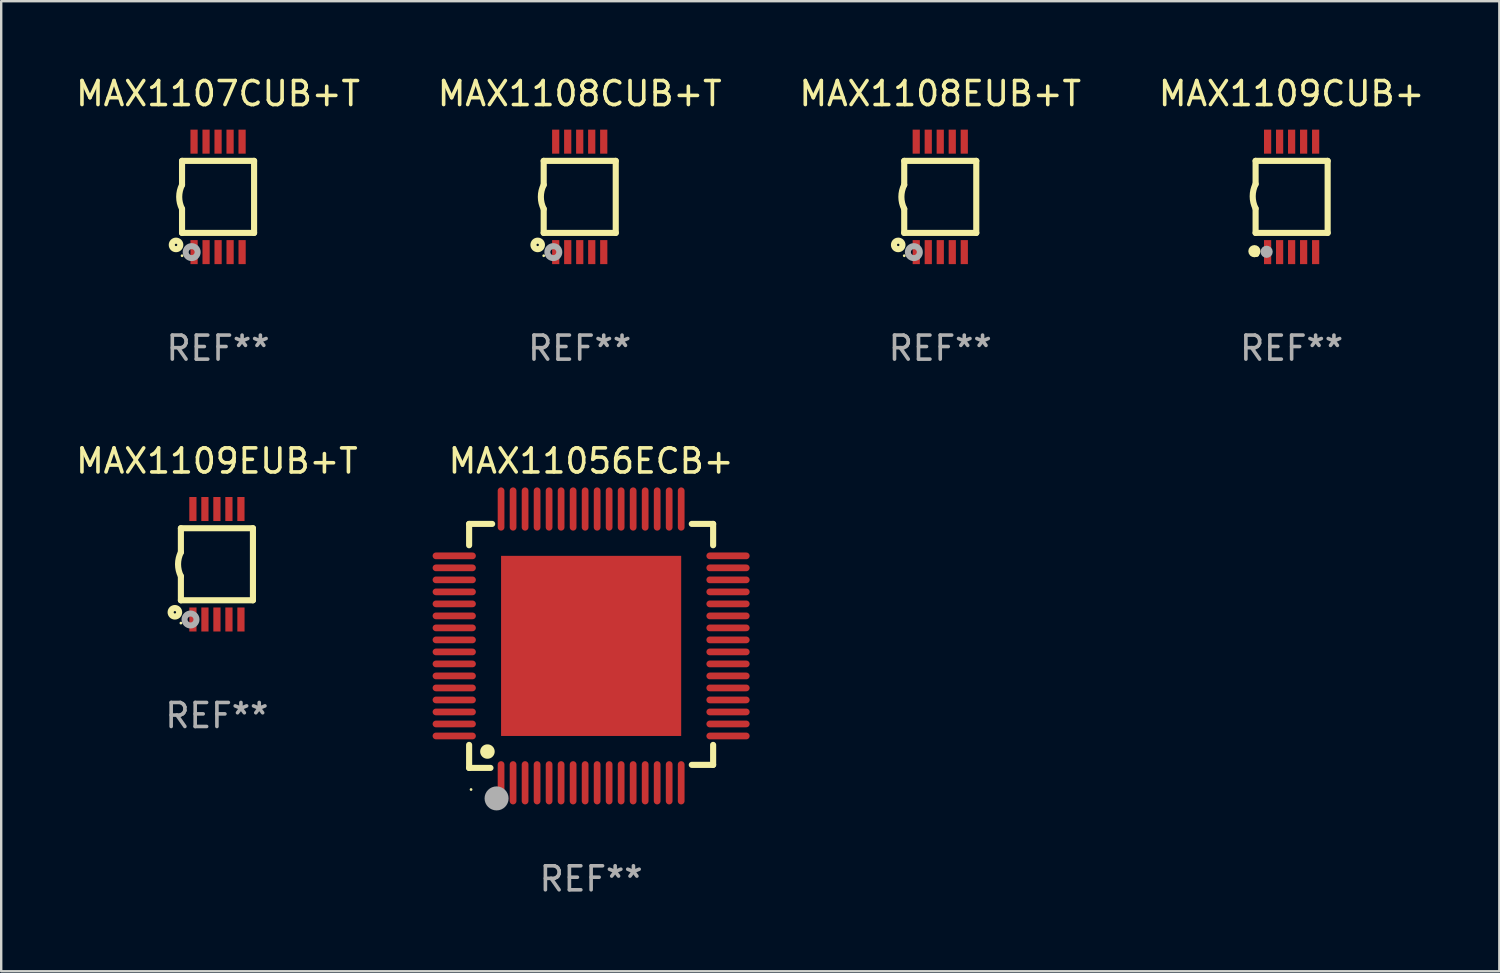
<source format=kicad_pcb>
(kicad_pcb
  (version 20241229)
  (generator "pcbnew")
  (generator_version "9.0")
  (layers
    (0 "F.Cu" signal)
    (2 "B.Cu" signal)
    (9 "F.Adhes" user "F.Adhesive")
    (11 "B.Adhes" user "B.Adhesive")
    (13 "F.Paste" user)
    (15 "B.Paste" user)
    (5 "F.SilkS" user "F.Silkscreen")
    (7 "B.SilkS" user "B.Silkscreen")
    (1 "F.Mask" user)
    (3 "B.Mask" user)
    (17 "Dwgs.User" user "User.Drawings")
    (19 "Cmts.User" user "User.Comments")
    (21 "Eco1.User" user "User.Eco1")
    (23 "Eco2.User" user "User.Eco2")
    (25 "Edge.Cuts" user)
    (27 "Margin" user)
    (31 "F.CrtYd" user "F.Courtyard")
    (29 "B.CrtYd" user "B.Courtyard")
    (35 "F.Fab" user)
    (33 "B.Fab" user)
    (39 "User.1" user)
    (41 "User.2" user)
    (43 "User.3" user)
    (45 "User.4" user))
  (footprint "MAX1108CUB+T"
    (layer "F.Cu")
    (at 21.089 5.148)
    (property "Reference" "MAX1108CUB+T" (at 0 -4.3 0) (layer "F.SilkS") (effects (font (size 1 1) (thickness 0.15))))
    (attr through_hole)
    (fp_line (start -1.5 -1.5) (end -1.5 -0.5) (stroke (width 0.254) (type solid)) (layer "F.SilkS"))
    (fp_line (start -1.5 1.5) (end -1.5 0.5) (stroke (width 0.254) (type solid)) (layer "F.SilkS"))
    (fp_line (start -1.5 1.5) (end 1.5 1.5) (stroke (width 0.254) (type solid)) (layer "F.SilkS"))
    (fp_line (start 1.5 1.5) (end 1.5 -1.5) (stroke (width 0.254) (type solid)) (layer "F.SilkS"))
    (fp_line (start 1.5 -1.5) (end -1.5 -1.5) (stroke (width 0.254) (type solid)) (layer "F.SilkS"))
    (fp_arc (start -1.500165 0.5) (mid -1.618199 0) (end -1.500165 -0.5) (stroke (width 0.254001) (type solid)) (layer "F.SilkS"))
    (fp_circle (center -1.75 2) (end -1.573 2) (stroke (width 0.254) (type solid)) (fill no) (layer "F.SilkS"))
    (fp_circle (center -1.499 2.45) (end -1.469 2.45) (stroke (width 0.06) (type solid)) (fill no) (layer "F.SilkS"))
    (fp_circle (center -1.099 2.3) (end -0.975 2.3) (stroke (width 0.25) (type solid)) (fill no) (layer "F.Fab"))
    (fp_text user "REF**" (at 0 6.3 0) (layer "F.Fab") (effects (font (size 1 1) (thickness 0.15))))
    (pad "1" smd rect (at -0.999 2.3 180) (size 0.3 1) (layers "F.Cu" "F.Mask" "F.Paste"))
    (pad "2" smd rect (at -0.499 2.3 180) (size 0.3 1) (layers "F.Cu" "F.Mask" "F.Paste"))
    (pad "3" smd rect (at 0.001 2.3 180) (size 0.3 1) (layers "F.Cu" "F.Mask" "F.Paste"))
    (pad "4" smd rect (at 0.501 2.3 180) (size 0.3 1) (layers "F.Cu" "F.Mask" "F.Paste"))
    (pad "5" smd rect (at 1.001 2.3 180) (size 0.3 1) (layers "F.Cu" "F.Mask" "F.Paste"))
    (pad "6" smd rect (at 1 -2.3 180) (size 0.3 1) (layers "F.Cu" "F.Mask" "F.Paste"))
    (pad "7" smd rect (at 0.5 -2.3 180) (size 0.3 1) (layers "F.Cu" "F.Mask" "F.Paste"))
    (pad "8" smd rect (at -0.000165 -2.3 180) (size 0.3 1) (layers "F.Cu" "F.Mask" "F.Paste"))
    (pad "9" smd rect (at -0.5 -2.3 180) (size 0.3 1) (layers "F.Cu" "F.Mask" "F.Paste"))
    (pad "10" smd rect (at -1 -2.3 180) (size 0.3 1) (layers "F.Cu" "F.Mask" "F.Paste")))
  (footprint "MAX1108EUB+T"
    (layer "F.Cu")
    (at 36.101 5.148)
    (property "Reference" "MAX1108EUB+T" (at 0 -4.3 0) (layer "F.SilkS") (effects (font (size 1 1) (thickness 0.15))))
    (attr through_hole)
    (fp_line (start -1.5 -1.5) (end -1.5 -0.5) (stroke (width 0.254) (type solid)) (layer "F.SilkS"))
    (fp_line (start -1.5 1.5) (end -1.5 0.5) (stroke (width 0.254) (type solid)) (layer "F.SilkS"))
    (fp_line (start -1.5 1.5) (end 1.5 1.5) (stroke (width 0.254) (type solid)) (layer "F.SilkS"))
    (fp_line (start 1.5 1.5) (end 1.5 -1.5) (stroke (width 0.254) (type solid)) (layer "F.SilkS"))
    (fp_line (start 1.5 -1.5) (end -1.5 -1.5) (stroke (width 0.254) (type solid)) (layer "F.SilkS"))
    (fp_arc (start -1.500165 0.5) (mid -1.618199 0) (end -1.500165 -0.5) (stroke (width 0.254001) (type solid)) (layer "F.SilkS"))
    (fp_circle (center -1.75 2) (end -1.573 2) (stroke (width 0.254) (type solid)) (fill no) (layer "F.SilkS"))
    (fp_circle (center -1.499 2.45) (end -1.469 2.45) (stroke (width 0.06) (type solid)) (fill no) (layer "F.SilkS"))
    (fp_circle (center -1.099 2.3) (end -0.975 2.3) (stroke (width 0.25) (type solid)) (fill no) (layer "F.Fab"))
    (fp_text user "REF**" (at 0 6.3 0) (layer "F.Fab") (effects (font (size 1 1) (thickness 0.15))))
    (pad "1" smd rect (at -0.999 2.3 180) (size 0.3 1) (layers "F.Cu" "F.Mask" "F.Paste"))
    (pad "2" smd rect (at -0.499 2.3 180) (size 0.3 1) (layers "F.Cu" "F.Mask" "F.Paste"))
    (pad "3" smd rect (at 0.001 2.3 180) (size 0.3 1) (layers "F.Cu" "F.Mask" "F.Paste"))
    (pad "4" smd rect (at 0.501 2.3 180) (size 0.3 1) (layers "F.Cu" "F.Mask" "F.Paste"))
    (pad "5" smd rect (at 1.001 2.3 180) (size 0.3 1) (layers "F.Cu" "F.Mask" "F.Paste"))
    (pad "6" smd rect (at 1 -2.3 180) (size 0.3 1) (layers "F.Cu" "F.Mask" "F.Paste"))
    (pad "7" smd rect (at 0.5 -2.3 180) (size 0.3 1) (layers "F.Cu" "F.Mask" "F.Paste"))
    (pad "8" smd rect (at -0.000165 -2.3 180) (size 0.3 1) (layers "F.Cu" "F.Mask" "F.Paste"))
    (pad "9" smd rect (at -0.5 -2.3 180) (size 0.3 1) (layers "F.Cu" "F.Mask" "F.Paste"))
    (pad "10" smd rect (at -1 -2.3 180) (size 0.3 1) (layers "F.Cu" "F.Mask" "F.Paste")))
  (footprint "MAX1109CUB+"
    (layer "F.Cu")
    (at 50.732 5.148)
    (property "Reference" "MAX1109CUB+" (at 0 -4.3 0) (layer "F.SilkS") (effects (font (size 1 1) (thickness 0.15))))
    (attr through_hole)
    (fp_line (start -1.5 -1.5) (end -1.5 -0.533) (stroke (width 0.254) (type solid)) (layer "F.SilkS"))
    (fp_line (start -1.5 -1.5) (end 1.5 -1.5) (stroke (width 0.254) (type solid)) (layer "F.SilkS"))
    (fp_line (start -1.5 1.5) (end -1.5 0.483) (stroke (width 0.254) (type solid)) (layer "F.SilkS"))
    (fp_line (start -1.5 1.5) (end 1.5 1.5) (stroke (width 0.254) (type solid)) (layer "F.SilkS"))
    (fp_line (start 1.5 1.5) (end 1.5 -1.5) (stroke (width 0.254) (type solid)) (layer "F.SilkS"))
    (fp_arc (start -1.501015 0.483109) (mid -1.620651 -0.025266) (end -1.5 -0.533401) (stroke (width 0.254001) (type solid)) (layer "F.SilkS"))
    (fp_circle (center -1.549 2.261) (end -1.422 2.261) (stroke (width 0.254) (type solid)) (fill no) (layer "F.SilkS"))
    (fp_circle (center -1.45 2.4) (end -1.4 2.4) (stroke (width 0.1) (type solid)) (fill no) (layer "F.SilkS"))
    (fp_circle (center -1.041 2.286) (end -0.914 2.286) (stroke (width 0.254) (type solid)) (fill no) (layer "F.Fab"))
    (fp_text user "REF**" (at 0 6.3 0) (layer "F.Fab") (effects (font (size 1 1) (thickness 0.15))))
    (pad "1" smd rect (at -1 2.3 90) (size 1 0.3) (layers "F.Cu" "F.Mask" "F.Paste"))
    (pad "2" smd rect (at -0.5 2.3 90) (size 1 0.3) (layers "F.Cu" "F.Mask" "F.Paste"))
    (pad "3" smd rect (at 0.000127 2.3 90) (size 1 0.3) (layers "F.Cu" "F.Mask" "F.Paste"))
    (pad "4" smd rect (at 0.5 2.3 90) (size 1 0.3) (layers "F.Cu" "F.Mask" "F.Paste"))
    (pad "5" smd rect (at 1 2.3 90) (size 1 0.3) (layers "F.Cu" "F.Mask" "F.Paste"))
    (pad "6" smd rect (at 1 -2.3 270) (size 1 0.3) (layers "F.Cu" "F.Mask" "F.Paste"))
    (pad "7" smd rect (at 0.5 -2.3 90) (size 1 0.3) (layers "F.Cu" "F.Mask" "F.Paste"))
    (pad "8" smd rect (at 0.000127 -2.3 90) (size 1 0.3) (layers "F.Cu" "F.Mask" "F.Paste"))
    (pad "9" smd rect (at -0.5 -2.3 90) (size 1 0.3) (layers "F.Cu" "F.Mask" "F.Paste"))
    (pad "10" smd rect (at -1 -2.3 90) (size 1 0.3) (layers "F.Cu" "F.Mask" "F.Paste")))
  (footprint "MAX1107CUB+T"
    (layer "F.Cu")
    (at 6.03 5.148)
    (property "Reference" "MAX1107CUB+T" (at 0 -4.3 0) (layer "F.SilkS") (effects (font (size 1 1) (thickness 0.15))))
    (attr through_hole)
    (fp_line (start -1.5 -1.5) (end -1.5 -0.5) (stroke (width 0.254) (type solid)) (layer "F.SilkS"))
    (fp_line (start -1.5 1.5) (end -1.5 0.5) (stroke (width 0.254) (type solid)) (layer "F.SilkS"))
    (fp_line (start -1.5 1.5) (end 1.5 1.5) (stroke (width 0.254) (type solid)) (layer "F.SilkS"))
    (fp_line (start 1.5 1.5) (end 1.5 -1.5) (stroke (width 0.254) (type solid)) (layer "F.SilkS"))
    (fp_line (start 1.5 -1.5) (end -1.5 -1.5) (stroke (width 0.254) (type solid)) (layer "F.SilkS"))
    (fp_arc (start -1.500165 0.5) (mid -1.618199 0) (end -1.500165 -0.5) (stroke (width 0.254001) (type solid)) (layer "F.SilkS"))
    (fp_circle (center -1.75 2) (end -1.573 2) (stroke (width 0.254) (type solid)) (fill no) (layer "F.SilkS"))
    (fp_circle (center -1.499 2.45) (end -1.469 2.45) (stroke (width 0.06) (type solid)) (fill no) (layer "F.SilkS"))
    (fp_circle (center -1.099 2.3) (end -0.975 2.3) (stroke (width 0.25) (type solid)) (fill no) (layer "F.Fab"))
    (fp_text user "REF**" (at 0 6.3 0) (layer "F.Fab") (effects (font (size 1 1) (thickness 0.15))))
    (pad "1" smd rect (at -0.999 2.3 180) (size 0.3 1) (layers "F.Cu" "F.Mask" "F.Paste"))
    (pad "2" smd rect (at -0.499 2.3 180) (size 0.3 1) (layers "F.Cu" "F.Mask" "F.Paste"))
    (pad "3" smd rect (at 0.001 2.3 180) (size 0.3 1) (layers "F.Cu" "F.Mask" "F.Paste"))
    (pad "4" smd rect (at 0.501 2.3 180) (size 0.3 1) (layers "F.Cu" "F.Mask" "F.Paste"))
    (pad "5" smd rect (at 1.001 2.3 180) (size 0.3 1) (layers "F.Cu" "F.Mask" "F.Paste"))
    (pad "6" smd rect (at 1 -2.3 180) (size 0.3 1) (layers "F.Cu" "F.Mask" "F.Paste"))
    (pad "7" smd rect (at 0.5 -2.3 180) (size 0.3 1) (layers "F.Cu" "F.Mask" "F.Paste"))
    (pad "8" smd rect (at -0.000165 -2.3 180) (size 0.3 1) (layers "F.Cu" "F.Mask" "F.Paste"))
    (pad "9" smd rect (at -0.5 -2.3 180) (size 0.3 1) (layers "F.Cu" "F.Mask" "F.Paste"))
    (pad "10" smd rect (at -1 -2.3 180) (size 0.3 1) (layers "F.Cu" "F.Mask" "F.Paste")))
  (footprint "MAX11056ECB+"
    (layer "F.Cu")
    (at 21.564 23.845)
    (property "Reference" "MAX11056ECB+" (at 0 -7.7 0) (layer "F.SilkS") (effects (font (size 1 1) (thickness 0.15))))
    (attr through_hole)
    (fp_line (start -5.08 -5.08) (end -4.121 -5.08) (stroke (width 0.254) (type solid)) (layer "F.SilkS"))
    (fp_line (start -5.08 -4.191) (end -5.08 -5.08) (stroke (width 0.254) (type solid)) (layer "F.SilkS"))
    (fp_line (start -5.08 4.121) (end -5.08 5.08) (stroke (width 0.254) (type solid)) (layer "F.SilkS"))
    (fp_line (start -5.08 5.08) (end -4.191 5.08) (stroke (width 0.254) (type solid)) (layer "F.SilkS"))
    (fp_line (start 4.191 -5.08) (end 5.08 -5.08) (stroke (width 0.254) (type solid)) (layer "F.SilkS"))
    (fp_line (start 5.08 -5.08) (end 5.08 -4.191) (stroke (width 0.254) (type solid)) (layer "F.SilkS"))
    (fp_line (start 5.08 4.121) (end 5.08 4.953) (stroke (width 0.254) (type solid)) (layer "F.SilkS"))
    (fp_line (start 5.08 4.953) (end 4.191 4.953) (stroke (width 0.254) (type solid)) (layer "F.SilkS"))
    (fp_arc (start -4.320523 4.398984) (mid -4.317983 4.398973) (end -4.315443 4.398984) (stroke (width 0.6) (type solid)) (layer "F.SilkS"))
    (fp_circle (center -5 5.98) (end -4.97 5.98) (stroke (width 0.06) (type solid)) (fill no) (layer "F.SilkS"))
    (fp_circle (center -3.937 6.35) (end -3.687 6.35) (stroke (width 0.5) (type solid)) (fill no) (layer "F.Fab"))
    (fp_text user "REF**" (at 0 9.7 0) (layer "F.Fab") (effects (font (size 1 1) (thickness 0.15))))
    (pad "1" smd oval (at -3.75 5.7) (size 0.28 1.8) (layers "F.Cu" "F.Mask" "F.Paste"))
    (pad "2" smd oval (at -3.25 5.7) (size 0.28 1.8) (layers "F.Cu" "F.Mask" "F.Paste"))
    (pad "3" smd oval (at -2.75 5.7) (size 0.28 1.8) (layers "F.Cu" "F.Mask" "F.Paste"))
    (pad "4" smd oval (at -2.25 5.7) (size 0.28 1.8) (layers "F.Cu" "F.Mask" "F.Paste"))
    (pad "5" smd oval (at -1.75 5.7) (size 0.28 1.8) (layers "F.Cu" "F.Mask" "F.Paste"))
    (pad "6" smd oval (at -1.25 5.7) (size 0.28 1.8) (layers "F.Cu" "F.Mask" "F.Paste"))
    (pad "7" smd oval (at -0.75 5.7) (size 0.28 1.8) (layers "F.Cu" "F.Mask" "F.Paste"))
    (pad "8" smd oval (at -0.25 5.7) (size 0.28 1.8) (layers "F.Cu" "F.Mask" "F.Paste"))
    (pad "9" smd oval (at 0.25 5.7) (size 0.28 1.8) (layers "F.Cu" "F.Mask" "F.Paste"))
    (pad "10" smd oval (at 0.75 5.7) (size 0.28 1.8) (layers "F.Cu" "F.Mask" "F.Paste"))
    (pad "11" smd oval (at 1.25 5.7) (size 0.28 1.8) (layers "F.Cu" "F.Mask" "F.Paste"))
    (pad "12" smd oval (at 1.75 5.7) (size 0.28 1.8) (layers "F.Cu" "F.Mask" "F.Paste"))
    (pad "13" smd oval (at 2.25 5.7) (size 0.28 1.8) (layers "F.Cu" "F.Mask" "F.Paste"))
    (pad "14" smd oval (at 2.75 5.7) (size 0.28 1.8) (layers "F.Cu" "F.Mask" "F.Paste"))
    (pad "15" smd oval (at 3.25 5.7) (size 0.28 1.8) (layers "F.Cu" "F.Mask" "F.Paste"))
    (pad "16" smd oval (at 3.75 5.7) (size 0.28 1.8) (layers "F.Cu" "F.Mask" "F.Paste"))
    (pad "17" smd oval (at 5.7 3.75) (size 1.8 0.28) (layers "F.Cu" "F.Mask" "F.Paste"))
    (pad "18" smd oval (at 5.7 3.25) (size 1.8 0.28) (layers "F.Cu" "F.Mask" "F.Paste"))
    (pad "19" smd oval (at 5.7 2.75) (size 1.8 0.28) (layers "F.Cu" "F.Mask" "F.Paste"))
    (pad "20" smd oval (at 5.7 2.25) (size 1.8 0.28) (layers "F.Cu" "F.Mask" "F.Paste"))
    (pad "21" smd oval (at 5.7 1.75) (size 1.8 0.28) (layers "F.Cu" "F.Mask" "F.Paste"))
    (pad "22" smd oval (at 5.7 1.25) (size 1.8 0.28) (layers "F.Cu" "F.Mask" "F.Paste"))
    (pad "23" smd oval (at 5.7 0.75) (size 1.8 0.28) (layers "F.Cu" "F.Mask" "F.Paste"))
    (pad "24" smd oval (at 5.7 0.25) (size 1.8 0.28) (layers "F.Cu" "F.Mask" "F.Paste"))
    (pad "25" smd oval (at 5.7 -0.25) (size 1.8 0.28) (layers "F.Cu" "F.Mask" "F.Paste"))
    (pad "26" smd oval (at 5.7 -0.75) (size 1.8 0.28) (layers "F.Cu" "F.Mask" "F.Paste"))
    (pad "27" smd oval (at 5.7 -1.25) (size 1.8 0.28) (layers "F.Cu" "F.Mask" "F.Paste"))
    (pad "28" smd oval (at 5.7 -1.75) (size 1.8 0.28) (layers "F.Cu" "F.Mask" "F.Paste"))
    (pad "29" smd oval (at 5.7 -2.25) (size 1.8 0.28) (layers "F.Cu" "F.Mask" "F.Paste"))
    (pad "30" smd oval (at 5.7 -2.75) (size 1.8 0.28) (layers "F.Cu" "F.Mask" "F.Paste"))
    (pad "31" smd oval (at 5.7 -3.25) (size 1.8 0.28) (layers "F.Cu" "F.Mask" "F.Paste"))
    (pad "32" smd oval (at 5.7 -3.75) (size 1.8 0.28) (layers "F.Cu" "F.Mask" "F.Paste"))
    (pad "33" smd oval (at 3.75 -5.7) (size 0.28 1.8) (layers "F.Cu" "F.Mask" "F.Paste"))
    (pad "34" smd oval (at 3.25 -5.7) (size 0.28 1.8) (layers "F.Cu" "F.Mask" "F.Paste"))
    (pad "35" smd oval (at 2.75 -5.7) (size 0.28 1.8) (layers "F.Cu" "F.Mask" "F.Paste"))
    (pad "36" smd oval (at 2.25 -5.7) (size 0.28 1.8) (layers "F.Cu" "F.Mask" "F.Paste"))
    (pad "37" smd oval (at 1.75 -5.7) (size 0.28 1.8) (layers "F.Cu" "F.Mask" "F.Paste"))
    (pad "38" smd oval (at 1.25 -5.7) (size 0.28 1.8) (layers "F.Cu" "F.Mask" "F.Paste"))
    (pad "39" smd oval (at 0.75 -5.7) (size 0.28 1.8) (layers "F.Cu" "F.Mask" "F.Paste"))
    (pad "40" smd oval (at 0.25 -5.7) (size 0.28 1.8) (layers "F.Cu" "F.Mask" "F.Paste"))
    (pad "41" smd oval (at -0.25 -5.7) (size 0.28 1.8) (layers "F.Cu" "F.Mask" "F.Paste"))
    (pad "42" smd oval (at -0.75 -5.7) (size 0.28 1.8) (layers "F.Cu" "F.Mask" "F.Paste"))
    (pad "43" smd oval (at -1.25 -5.7) (size 0.28 1.8) (layers "F.Cu" "F.Mask" "F.Paste"))
    (pad "44" smd oval (at -1.75 -5.7) (size 0.28 1.8) (layers "F.Cu" "F.Mask" "F.Paste"))
    (pad "45" smd oval (at -2.25 -5.7) (size 0.28 1.8) (layers "F.Cu" "F.Mask" "F.Paste"))
    (pad "46" smd oval (at -2.75 -5.7) (size 0.28 1.8) (layers "F.Cu" "F.Mask" "F.Paste"))
    (pad "47" smd oval (at -3.25 -5.7) (size 0.28 1.8) (layers "F.Cu" "F.Mask" "F.Paste"))
    (pad "48" smd oval (at -3.75 -5.7) (size 0.28 1.8) (layers "F.Cu" "F.Mask" "F.Paste"))
    (pad "49" smd oval (at -5.7 -3.75) (size 1.8 0.28) (layers "F.Cu" "F.Mask" "F.Paste"))
    (pad "50" smd oval (at -5.7 -3.25) (size 1.8 0.28) (layers "F.Cu" "F.Mask" "F.Paste"))
    (pad "51" smd oval (at -5.7 -2.75) (size 1.8 0.28) (layers "F.Cu" "F.Mask" "F.Paste"))
    (pad "52" smd oval (at -5.7 -2.25) (size 1.8 0.28) (layers "F.Cu" "F.Mask" "F.Paste"))
    (pad "53" smd oval (at -5.7 -1.75) (size 1.8 0.28) (layers "F.Cu" "F.Mask" "F.Paste"))
    (pad "54" smd oval (at -5.7 -1.25) (size 1.8 0.28) (layers "F.Cu" "F.Mask" "F.Paste"))
    (pad "55" smd oval (at -5.7 -0.75) (size 1.8 0.28) (layers "F.Cu" "F.Mask" "F.Paste"))
    (pad "56" smd oval (at -5.7 -0.25) (size 1.8 0.28) (layers "F.Cu" "F.Mask" "F.Paste"))
    (pad "57" smd oval (at -5.7 0.25) (size 1.8 0.28) (layers "F.Cu" "F.Mask" "F.Paste"))
    (pad "58" smd oval (at -5.7 0.75) (size 1.8 0.28) (layers "F.Cu" "F.Mask" "F.Paste"))
    (pad "59" smd oval (at -5.7 1.25) (size 1.8 0.28) (layers "F.Cu" "F.Mask" "F.Paste"))
    (pad "60" smd oval (at -5.7 1.75) (size 1.8 0.28) (layers "F.Cu" "F.Mask" "F.Paste"))
    (pad "61" smd oval (at -5.7 2.25) (size 1.8 0.28) (layers "F.Cu" "F.Mask" "F.Paste"))
    (pad "62" smd oval (at -5.7 2.75) (size 1.8 0.28) (layers "F.Cu" "F.Mask" "F.Paste"))
    (pad "63" smd oval (at -5.7 3.25) (size 1.8 0.28) (layers "F.Cu" "F.Mask" "F.Paste"))
    (pad "64" smd oval (at -5.7 3.75) (size 1.8 0.28) (layers "F.Cu" "F.Mask" "F.Paste"))
    (pad "65" smd custom (at 0 0) (size 7.5 7.5) (layers "F.Cu" "F.Mask" "F.Paste") (options (anchor circle)) (primitives (gr_poly (pts (xy -3.75 3.75) (xy -3.75 -3.75) (xy 3.75 -3.75) (xy 3.75 3.75)) (width 0) (fill yes)))))
  (footprint "MAX1109EUB+T"
    (layer "F.Cu")
    (at 5.982 20.445)
    (property "Reference" "MAX1109EUB+T" (at 0 -4.3 0) (layer "F.SilkS") (effects (font (size 1 1) (thickness 0.15))))
    (attr through_hole)
    (fp_line (start -1.5 -1.5) (end -1.5 -0.5) (stroke (width 0.254) (type solid)) (layer "F.SilkS"))
    (fp_line (start -1.5 1.5) (end -1.5 0.5) (stroke (width 0.254) (type solid)) (layer "F.SilkS"))
    (fp_line (start -1.5 1.5) (end 1.5 1.5) (stroke (width 0.254) (type solid)) (layer "F.SilkS"))
    (fp_line (start 1.5 1.5) (end 1.5 -1.5) (stroke (width 0.254) (type solid)) (layer "F.SilkS"))
    (fp_line (start 1.5 -1.5) (end -1.5 -1.5) (stroke (width 0.254) (type solid)) (layer "F.SilkS"))
    (fp_arc (start -1.500165 0.5) (mid -1.618199 0) (end -1.500165 -0.5) (stroke (width 0.254001) (type solid)) (layer "F.SilkS"))
    (fp_circle (center -1.75 2) (end -1.573 2) (stroke (width 0.254) (type solid)) (fill no) (layer "F.SilkS"))
    (fp_circle (center -1.499 2.45) (end -1.469 2.45) (stroke (width 0.06) (type solid)) (fill no) (layer "F.SilkS"))
    (fp_circle (center -1.099 2.3) (end -0.975 2.3) (stroke (width 0.25) (type solid)) (fill no) (layer "F.Fab"))
    (fp_text user "REF**" (at 0 6.3 0) (layer "F.Fab") (effects (font (size 1 1) (thickness 0.15))))
    (pad "1" smd rect (at -0.999 2.3 180) (size 0.3 1) (layers "F.Cu" "F.Mask" "F.Paste"))
    (pad "2" smd rect (at -0.499 2.3 180) (size 0.3 1) (layers "F.Cu" "F.Mask" "F.Paste"))
    (pad "3" smd rect (at 0.001 2.3 180) (size 0.3 1) (layers "F.Cu" "F.Mask" "F.Paste"))
    (pad "4" smd rect (at 0.501 2.3 180) (size 0.3 1) (layers "F.Cu" "F.Mask" "F.Paste"))
    (pad "5" smd rect (at 1.001 2.3 180) (size 0.3 1) (layers "F.Cu" "F.Mask" "F.Paste"))
    (pad "6" smd rect (at 1 -2.3 180) (size 0.3 1) (layers "F.Cu" "F.Mask" "F.Paste"))
    (pad "7" smd rect (at 0.5 -2.3 180) (size 0.3 1) (layers "F.Cu" "F.Mask" "F.Paste"))
    (pad "8" smd rect (at -0.000165 -2.3 180) (size 0.3 1) (layers "F.Cu" "F.Mask" "F.Paste"))
    (pad "9" smd rect (at -0.5 -2.3 180) (size 0.3 1) (layers "F.Cu" "F.Mask" "F.Paste"))
    (pad "10" smd rect (at -1 -2.3 180) (size 0.3 1) (layers "F.Cu" "F.Mask" "F.Paste")))
  (gr_rect
    (start -3 -3)
    (end 59.381 37.393)
    (stroke (width 0.1) (type default))
    (fill no)
    (layer "Edge.Cuts")))
</source>
